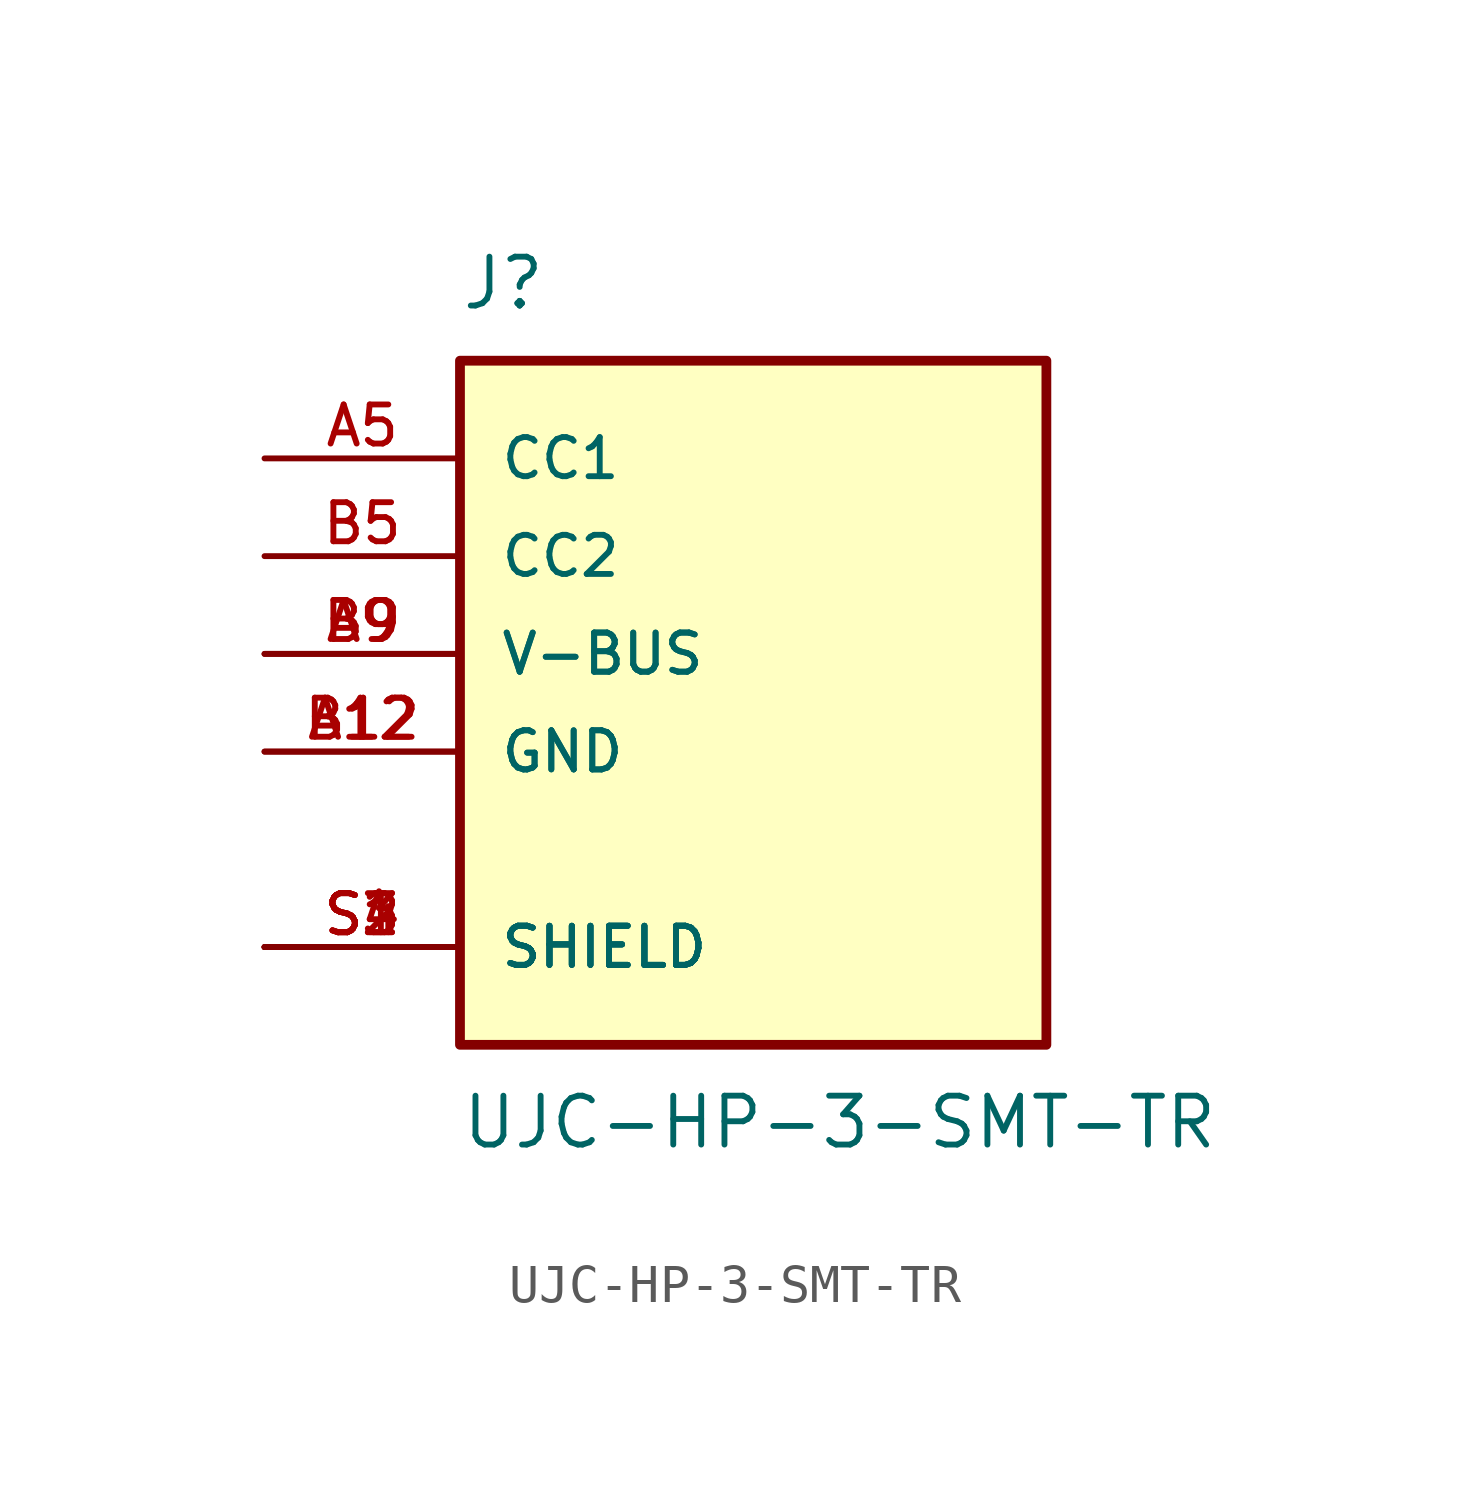
<source format=kicad_sym>
(kicad_symbol_lib
  (version 20241209)
  (generator "kicad_symbol_editor")
  (generator_version "9.0")
  (symbol "UJC-HP-3-SMT-TR"
    (pin_names
      (offset 1.016))
    (property "Reference" "J"
      (at -7.62 8.89 0)
      (effects (font (size 1.27 1.27)) (justify left bottom)))
    (property "Value" "UJC-HP-3-SMT-TR"
      (at -7.62 -11.43 0)
      (effects (font (size 1.27 1.27)) (justify left top)))
    (symbol "UJC-HP-3-SMT-TR_0_0"
      (rectangle (start -7.62 -10.16) (end 7.62 7.62) (stroke (width 0.254) (type default)) (fill (type background)))
      (pin bidirectional line (at -12.7 5.08 0) (length 5.08) (name "CC1" (effects (font (size 1.016 1.016)))) (number "A5" (effects (font (size 1.016 1.016)))))
      (pin bidirectional line (at -12.7 2.54 0) (length 5.08) (name "CC2" (effects (font (size 1.016 1.016)))) (number "B5" (effects (font (size 1.016 1.016)))))
      (pin power_in line (at -12.7 0 0) (length 5.08) (name "V-BUS" (effects (font (size 1.016 1.016)))) (number "A9" (effects (font (size 1.016 1.016)))))
      (pin power_in line (at -12.7 0 0) (length 5.08) (name "V-BUS" (effects (font (size 1.016 1.016)))) (number "B9" (effects (font (size 1.016 1.016)))))
      (pin power_in line (at -12.7 -2.54 0) (length 5.08) (name "GND" (effects (font (size 1.016 1.016)))) (number "A12" (effects (font (size 1.016 1.016)))))
      (pin power_in line (at -12.7 -2.54 0) (length 5.08) (name "GND" (effects (font (size 1.016 1.016)))) (number "B12" (effects (font (size 1.016 1.016)))))
      (pin passive line (at -12.7 -7.62 0) (length 5.08) (name "SHIELD" (effects (font (size 1.016 1.016)))) (number "S1" (effects (font (size 1.016 1.016)))))
      (pin passive line (at -12.7 -7.62 0) (length 5.08) (name "SHIELD" (effects (font (size 1.016 1.016)))) (number "S2" (effects (font (size 1.016 1.016)))))
      (pin passive line (at -12.7 -7.62 0) (length 5.08) (name "SHIELD" (effects (font (size 1.016 1.016)))) (number "S3" (effects (font (size 1.016 1.016)))))
      (pin passive line (at -12.7 -7.62 0) (length 5.08) (name "SHIELD" (effects (font (size 1.016 1.016)))) (number "S4" (effects (font (size 1.016 1.016))))))))
</source>
